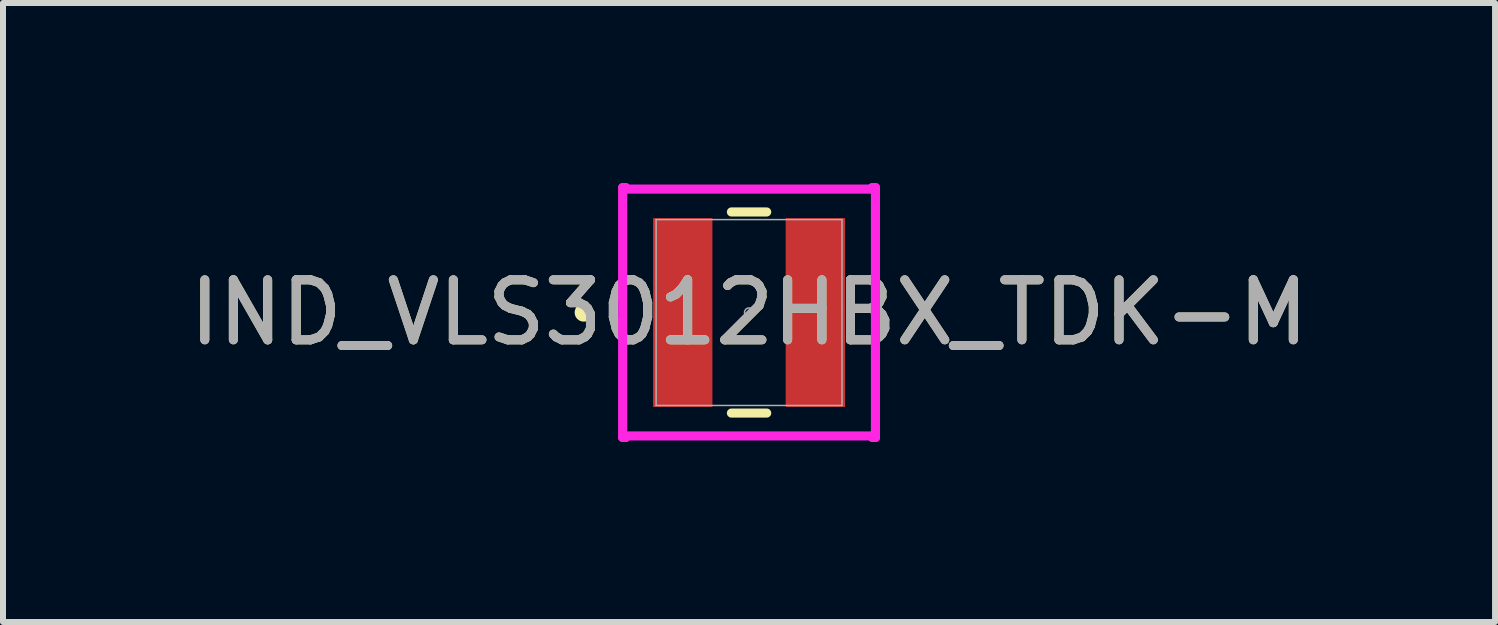
<source format=kicad_pcb>
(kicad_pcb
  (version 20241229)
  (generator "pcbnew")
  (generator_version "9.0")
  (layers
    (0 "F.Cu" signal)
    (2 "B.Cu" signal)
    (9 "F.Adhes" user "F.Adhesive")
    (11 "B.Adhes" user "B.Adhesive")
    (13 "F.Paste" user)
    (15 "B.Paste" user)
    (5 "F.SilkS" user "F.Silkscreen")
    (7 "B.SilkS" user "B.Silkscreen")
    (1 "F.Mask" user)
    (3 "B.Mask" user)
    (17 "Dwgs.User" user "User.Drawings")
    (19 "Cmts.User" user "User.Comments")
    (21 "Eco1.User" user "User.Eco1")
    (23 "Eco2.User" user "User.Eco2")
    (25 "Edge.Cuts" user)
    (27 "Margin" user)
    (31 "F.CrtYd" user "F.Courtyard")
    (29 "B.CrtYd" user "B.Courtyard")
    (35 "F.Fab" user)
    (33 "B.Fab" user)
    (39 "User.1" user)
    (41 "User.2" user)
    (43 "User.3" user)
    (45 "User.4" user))
  (footprint "IND_VLS3012HBX_TDK-M"
    (layer "F.Cu")
    (at 9.435 2.159)
    (property "Reference" "IND_VLS3012HBX_TDK-M" (at 0 0 0) (unlocked yes) (layer "F.SilkS") (effects (font (size 1 1) (thickness 0.15))))
    (attr smd)
    (fp_line (start -0.294 1.676) (end 0.294 1.676) (stroke (width 0.152) (type solid)) (layer "F.SilkS"))
    (fp_line (start 0.294 -1.676) (end -0.294 -1.676) (stroke (width 0.152) (type solid)) (layer "F.SilkS"))
    (fp_circle (center -2.755 0) (end -2.679 0) (stroke (width 0.152) (type solid)) (fill no) (layer "F.SilkS"))
    (fp_line (start -2.107 -2.082) (end -2.057 -2.082) (stroke (width 0.152) (type solid)) (layer "F.CrtYd"))
    (fp_line (start -2.107 2.082) (end -2.107 -2.082) (stroke (width 0.152) (type solid)) (layer "F.CrtYd"))
    (fp_line (start -2.107 2.082) (end -2.057 2.082) (stroke (width 0.152) (type solid)) (layer "F.CrtYd"))
    (fp_line (start -2.057 -2.082) (end -2.057 -2.057) (stroke (width 0.152) (type solid)) (layer "F.CrtYd"))
    (fp_line (start -2.057 -2.057) (end 2.057 -2.057) (stroke (width 0.152) (type solid)) (layer "F.CrtYd"))
    (fp_line (start -2.057 2.057) (end -2.057 2.082) (stroke (width 0.152) (type solid)) (layer "F.CrtYd"))
    (fp_line (start 2.057 -2.057) (end 2.057 -2.082) (stroke (width 0.152) (type solid)) (layer "F.CrtYd"))
    (fp_line (start 2.057 2.057) (end -2.057 2.057) (stroke (width 0.152) (type solid)) (layer "F.CrtYd"))
    (fp_line (start 2.057 2.082) (end 2.057 2.057) (stroke (width 0.152) (type solid)) (layer "F.CrtYd"))
    (fp_line (start 2.107 -2.082) (end 2.057 -2.082) (stroke (width 0.152) (type solid)) (layer "F.CrtYd"))
    (fp_line (start 2.107 -2.082) (end 2.107 2.082) (stroke (width 0.152) (type solid)) (layer "F.CrtYd"))
    (fp_line (start 2.107 2.082) (end 2.057 2.082) (stroke (width 0.152) (type solid)) (layer "F.CrtYd"))
    (fp_line (start -1.549 -1.549) (end -1.549 1.549) (stroke (width 0.025) (type solid)) (layer "F.Fab"))
    (fp_line (start -1.549 1.549) (end 1.549 1.549) (stroke (width 0.025) (type solid)) (layer "F.Fab"))
    (fp_line (start 1.549 -1.549) (end -1.549 -1.549) (stroke (width 0.025) (type solid)) (layer "F.Fab"))
    (fp_line (start 1.549 1.549) (end 1.549 -1.549) (stroke (width 0.025) (type solid)) (layer "F.Fab"))
    (fp_circle (center 0 0) (end 0.076 0) (stroke (width 0.025) (type solid)) (fill no) (layer "F.Fab"))
    (fp_text user "${REFERENCE}" (at 0 0 0) (unlocked yes) (layer "F.Fab") (effects (font (size 1 1) (thickness 0.15))))
    (pad "1" smd rect (at -1.105 0) (size 0.989 3.149) (layers "F.Cu" "F.Mask" "F.Paste"))
    (pad "2" smd rect (at 1.105 0) (size 0.989 3.149) (layers "F.Cu" "F.Mask" "F.Paste")))
  (gr_rect
    (start -3 -3)
    (end 21.869 7.317)
    (stroke (width 0.1) (type default))
    (fill no)
    (layer "Edge.Cuts")))
</source>
